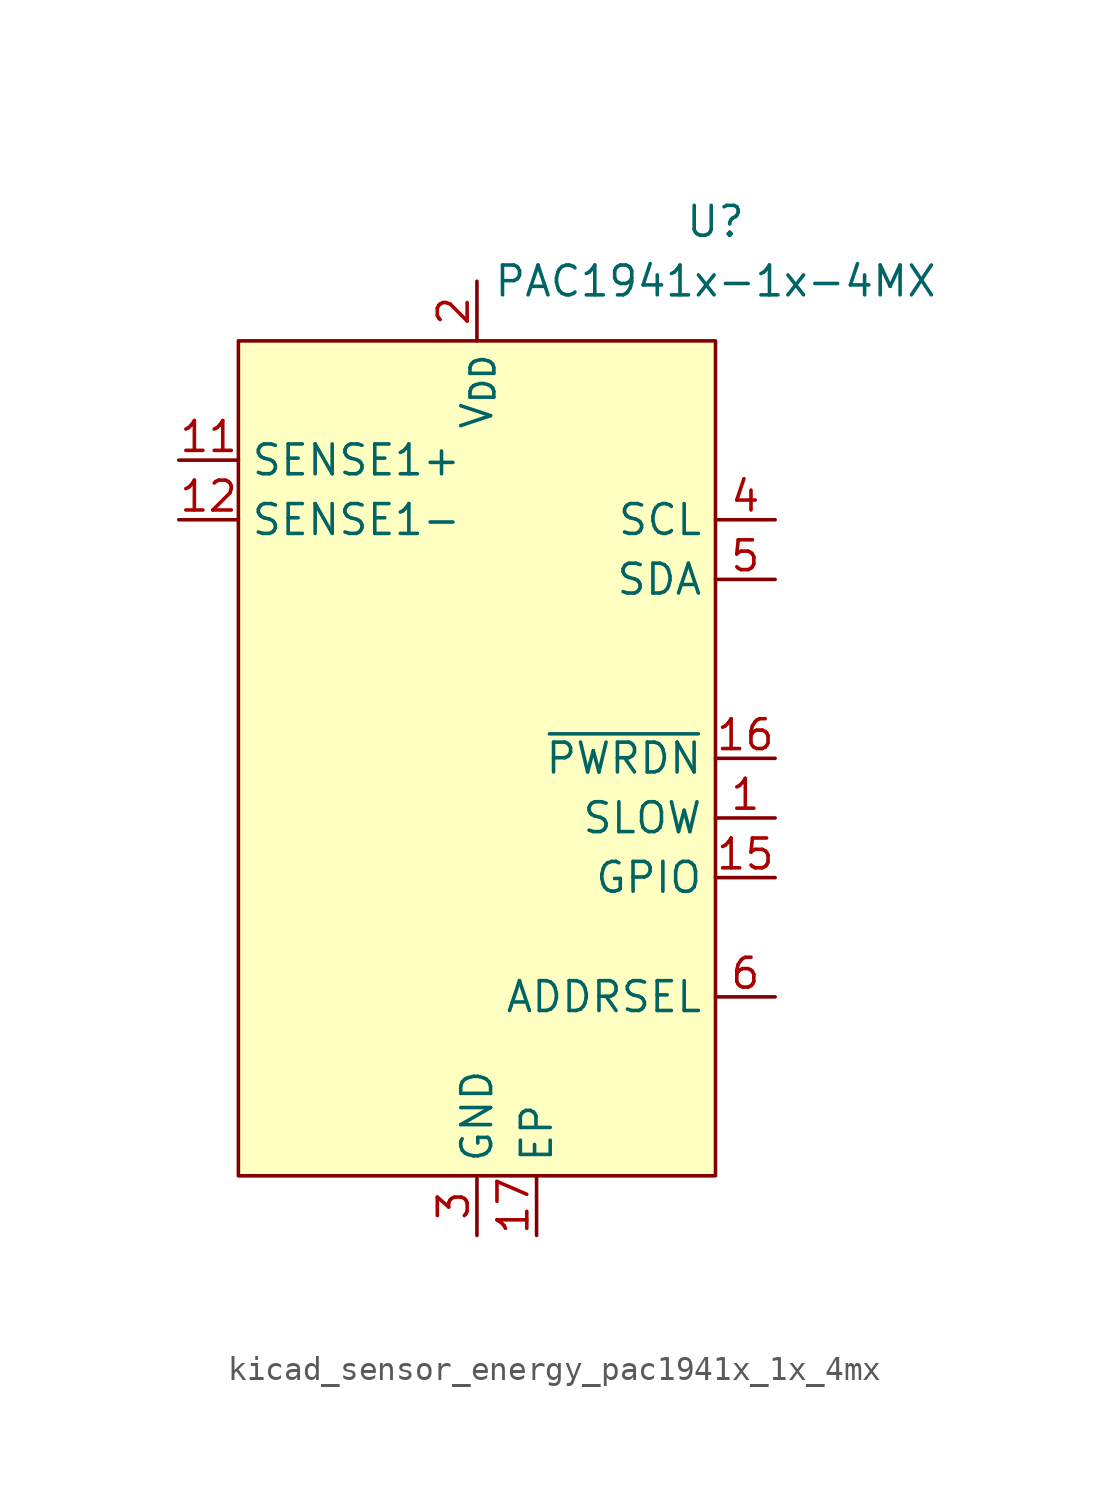
<source format=kicad_sym>
(kicad_symbol_lib
  (version 20220914)
  (generator kicad_symbol_editor)
  (symbol "kicad_sensor_energy_pac1941x_1x_4mx"
    (property "Reference" "U"
      (at 10.16 22.86 0)
      (effects (font (size 1.27 1.27))))
    (property "Value" "PAC1941x-1x-4MX"
      (at 10.16 20.32 0)
      (effects (font (size 1.27 1.27))))
    (symbol "kicad_sensor_energy_pac1941x_1x_4mx_0_0"
      (pin input line (at 12.7 -2.54 180) (length 2.54) (name "SLOW" (effects (font (size 1.27 1.27)))) (number "1" (effects (font (size 1.27 1.27)))) (alternate "GPIO" bidirectional line) (alternate "~{ALERT1}" open_collector line))
      (pin passive line (at 0 -20.32 90) (length 2.54) hide (name "GND" (effects (font (size 1.27 1.27)))) (number "10" (effects (font (size 1.27 1.27)))))
      (pin input line (at -12.7 12.7 0) (length 2.54) (name "SENSE1+" (effects (font (size 1.27 1.27)))) (number "11" (effects (font (size 1.27 1.27)))))
      (pin input line (at -12.7 10.16 0) (length 2.54) (name "SENSE1-" (effects (font (size 1.27 1.27)))) (number "12" (effects (font (size 1.27 1.27)))))
      (pin passive line (at 0 -20.32 90) (length 2.54) hide (name "GND" (effects (font (size 1.27 1.27)))) (number "13" (effects (font (size 1.27 1.27)))))
      (pin passive line (at 0 -20.32 90) (length 2.54) hide (name "GND" (effects (font (size 1.27 1.27)))) (number "14" (effects (font (size 1.27 1.27)))))
      (pin bidirectional line (at 12.7 -5.08 180) (length 2.54) (name "GPIO" (effects (font (size 1.27 1.27)))) (number "15" (effects (font (size 1.27 1.27)))) (alternate "~{ALERT2}" open_collector line))
      (pin input line (at 12.7 0 180) (length 2.54) (name "~{PWRDN}" (effects (font (size 1.27 1.27)))) (number "16" (effects (font (size 1.27 1.27)))))
      (pin passive line (at 2.54 -20.32 90) (length 2.54) (name "EP" (effects (font (size 1.27 1.27)))) (number "17" (effects (font (size 1.27 1.27)))))
      (pin power_in line (at 0 20.32 270) (length 2.54) (name "V_{DD}" (effects (font (size 1.27 1.27)))) (number "2" (effects (font (size 1.27 1.27)))))
      (pin power_in line (at 0 -20.32 90) (length 2.54) (name "GND" (effects (font (size 1.27 1.27)))) (number "3" (effects (font (size 1.27 1.27)))))
      (pin input line (at 12.7 10.16 180) (length 2.54) (name "SCL" (effects (font (size 1.27 1.27)))) (number "4" (effects (font (size 1.27 1.27)))) (alternate "SM_CLK" input line))
      (pin bidirectional line (at 12.7 7.62 180) (length 2.54) (name "SDA" (effects (font (size 1.27 1.27)))) (number "5" (effects (font (size 1.27 1.27)))) (alternate "SM_DATA" bidirectional line))
      (pin passive line (at 12.7 -10.16 180) (length 2.54) (name "ADDRSEL" (effects (font (size 1.27 1.27)))) (number "6" (effects (font (size 1.27 1.27)))))
      (pin passive line (at 0 -20.32 90) (length 2.54) hide (name "GND" (effects (font (size 1.27 1.27)))) (number "7" (effects (font (size 1.27 1.27)))))
      (pin passive line (at 0 -20.32 90) (length 2.54) hide (name "GND" (effects (font (size 1.27 1.27)))) (number "8" (effects (font (size 1.27 1.27)))))
      (pin passive line (at 0 -20.32 90) (length 2.54) hide (name "GND" (effects (font (size 1.27 1.27)))) (number "9" (effects (font (size 1.27 1.27))))))
    (symbol "kicad_sensor_energy_pac1941x_1x_4mx_0_1"
      (rectangle (start -10.16 17.78) (end 10.16 -17.78) (stroke (width 0) (type default)) (fill (type background))))))
</source>
